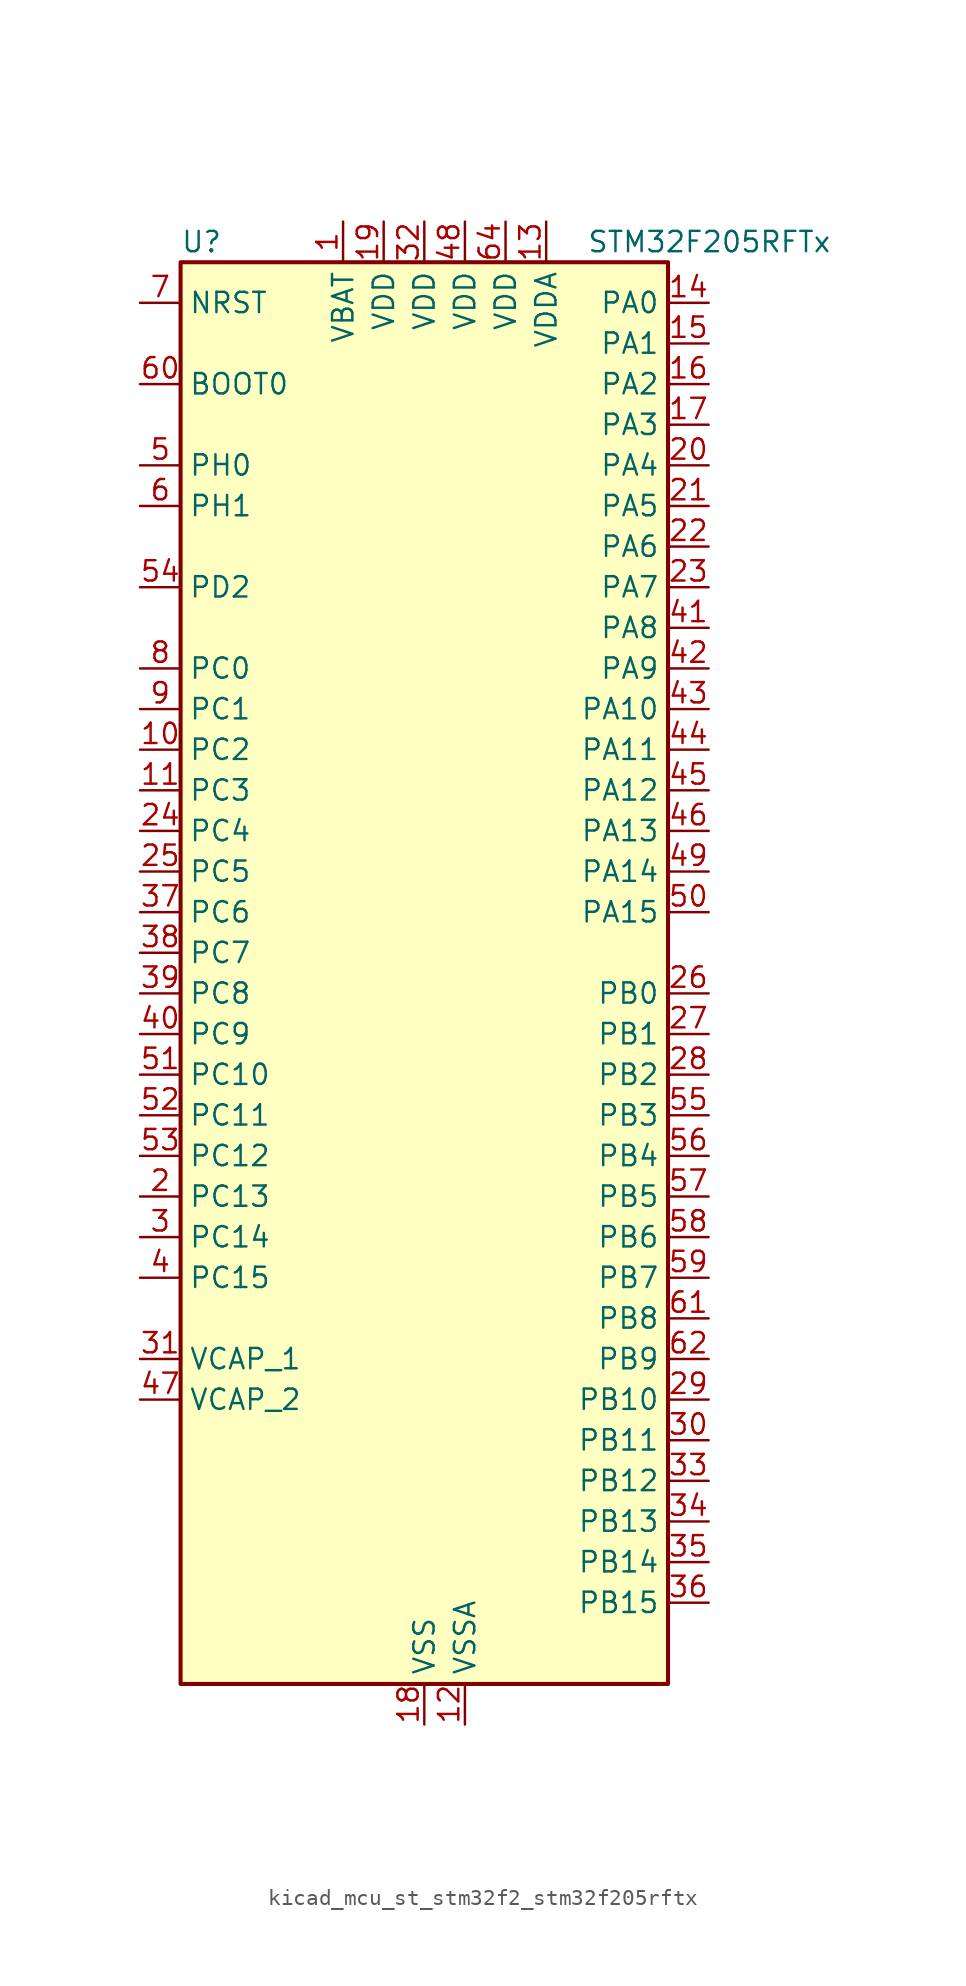
<source format=kicad_sym>
(kicad_symbol_lib
  (version 20220914)
  (generator kicad_symbol_editor)
  (symbol "kicad_mcu_st_stm32f2_stm32f205rftx"
    (property "Reference" "U"
      (at -15.24 46.99 0)
      (effects (font (size 1.27 1.27)) (justify left)))
    (property "Value" "STM32F205RFTx"
      (at 10.16 46.99 0)
      (effects (font (size 1.27 1.27)) (justify left)))
    (property "ki_locked" ""
      (at 0 0 0)
      (effects (font (size 1.27 1.27))))
    (symbol "kicad_mcu_st_stm32f2_stm32f205rftx_0_1"
      (rectangle (start -15.24 -43.18) (end 15.24 45.72) (stroke (width 0.254) (type default)) (fill (type background))))
    (symbol "kicad_mcu_st_stm32f2_stm32f205rftx_1_1"
      (pin power_in line (at -5.08 48.26 270) (length 2.54) (name "VBAT" (effects (font (size 1.27 1.27)))) (number "1" (effects (font (size 1.27 1.27)))))
      (pin bidirectional line (at -17.78 15.24 0) (length 2.54) (name "PC2" (effects (font (size 1.27 1.27)))) (number "10" (effects (font (size 1.27 1.27)))) (alternate "ADC1_IN12" bidirectional line) (alternate "ADC2_IN12" bidirectional line) (alternate "ADC3_IN12" bidirectional line) (alternate "SPI2_MISO" bidirectional line) (alternate "USB_OTG_HS_ULPI_DIR" bidirectional line))
      (pin bidirectional line (at -17.78 12.7 0) (length 2.54) (name "PC3" (effects (font (size 1.27 1.27)))) (number "11" (effects (font (size 1.27 1.27)))) (alternate "ADC1_IN13" bidirectional line) (alternate "ADC2_IN13" bidirectional line) (alternate "ADC3_IN13" bidirectional line) (alternate "I2S2_SD" bidirectional line) (alternate "SPI2_MOSI" bidirectional line) (alternate "USB_OTG_HS_ULPI_NXT" bidirectional line))
      (pin power_in line (at 2.54 -45.72 90) (length 2.54) (name "VSSA" (effects (font (size 1.27 1.27)))) (number "12" (effects (font (size 1.27 1.27)))))
      (pin power_in line (at 7.62 48.26 270) (length 2.54) (name "VDDA" (effects (font (size 1.27 1.27)))) (number "13" (effects (font (size 1.27 1.27)))))
      (pin bidirectional line (at 17.78 43.18 180) (length 2.54) (name "PA0" (effects (font (size 1.27 1.27)))) (number "14" (effects (font (size 1.27 1.27)))) (alternate "ADC1_IN0" bidirectional line) (alternate "ADC2_IN0" bidirectional line) (alternate "ADC3_IN0" bidirectional line) (alternate "SYS_WKUP" bidirectional line) (alternate "TIM2_CH1" bidirectional line) (alternate "TIM2_ETR" bidirectional line) (alternate "TIM5_CH1" bidirectional line) (alternate "TIM8_ETR" bidirectional line) (alternate "UART4_TX" bidirectional line) (alternate "USART2_CTS" bidirectional line))
      (pin bidirectional line (at 17.78 40.64 180) (length 2.54) (name "PA1" (effects (font (size 1.27 1.27)))) (number "15" (effects (font (size 1.27 1.27)))) (alternate "ADC1_IN1" bidirectional line) (alternate "ADC2_IN1" bidirectional line) (alternate "ADC3_IN1" bidirectional line) (alternate "TIM2_CH2" bidirectional line) (alternate "TIM5_CH2" bidirectional line) (alternate "UART4_RX" bidirectional line) (alternate "USART2_RTS" bidirectional line))
      (pin bidirectional line (at 17.78 38.1 180) (length 2.54) (name "PA2" (effects (font (size 1.27 1.27)))) (number "16" (effects (font (size 1.27 1.27)))) (alternate "ADC1_IN2" bidirectional line) (alternate "ADC2_IN2" bidirectional line) (alternate "ADC3_IN2" bidirectional line) (alternate "TIM2_CH3" bidirectional line) (alternate "TIM5_CH3" bidirectional line) (alternate "TIM9_CH1" bidirectional line) (alternate "USART2_TX" bidirectional line))
      (pin bidirectional line (at 17.78 35.56 180) (length 2.54) (name "PA3" (effects (font (size 1.27 1.27)))) (number "17" (effects (font (size 1.27 1.27)))) (alternate "ADC1_IN3" bidirectional line) (alternate "ADC2_IN3" bidirectional line) (alternate "ADC3_IN3" bidirectional line) (alternate "TIM2_CH4" bidirectional line) (alternate "TIM5_CH4" bidirectional line) (alternate "TIM9_CH2" bidirectional line) (alternate "USART2_RX" bidirectional line) (alternate "USB_OTG_HS_ULPI_D0" bidirectional line))
      (pin power_in line (at 0 -45.72 90) (length 2.54) (name "VSS" (effects (font (size 1.27 1.27)))) (number "18" (effects (font (size 1.27 1.27)))))
      (pin power_in line (at -2.54 48.26 270) (length 2.54) (name "VDD" (effects (font (size 1.27 1.27)))) (number "19" (effects (font (size 1.27 1.27)))))
      (pin bidirectional line (at -17.78 -12.7 0) (length 2.54) (name "PC13" (effects (font (size 1.27 1.27)))) (number "2" (effects (font (size 1.27 1.27)))) (alternate "RTC_AF1" bidirectional line))
      (pin bidirectional line (at 17.78 33.02 180) (length 2.54) (name "PA4" (effects (font (size 1.27 1.27)))) (number "20" (effects (font (size 1.27 1.27)))) (alternate "ADC1_IN4" bidirectional line) (alternate "ADC2_IN4" bidirectional line) (alternate "DAC_OUT1" bidirectional line) (alternate "I2S3_WS" bidirectional line) (alternate "SPI1_NSS" bidirectional line) (alternate "SPI3_NSS" bidirectional line) (alternate "USART2_CK" bidirectional line) (alternate "USB_OTG_HS_SOF" bidirectional line))
      (pin bidirectional line (at 17.78 30.48 180) (length 2.54) (name "PA5" (effects (font (size 1.27 1.27)))) (number "21" (effects (font (size 1.27 1.27)))) (alternate "ADC1_IN5" bidirectional line) (alternate "ADC2_IN5" bidirectional line) (alternate "DAC_OUT2" bidirectional line) (alternate "SPI1_SCK" bidirectional line) (alternate "TIM2_CH1" bidirectional line) (alternate "TIM2_ETR" bidirectional line) (alternate "TIM8_CH1N" bidirectional line) (alternate "USB_OTG_HS_ULPI_CK" bidirectional line))
      (pin bidirectional line (at 17.78 27.94 180) (length 2.54) (name "PA6" (effects (font (size 1.27 1.27)))) (number "22" (effects (font (size 1.27 1.27)))) (alternate "ADC1_IN6" bidirectional line) (alternate "ADC2_IN6" bidirectional line) (alternate "SPI1_MISO" bidirectional line) (alternate "TIM13_CH1" bidirectional line) (alternate "TIM1_BKIN" bidirectional line) (alternate "TIM3_CH1" bidirectional line) (alternate "TIM8_BKIN" bidirectional line))
      (pin bidirectional line (at 17.78 25.4 180) (length 2.54) (name "PA7" (effects (font (size 1.27 1.27)))) (number "23" (effects (font (size 1.27 1.27)))) (alternate "ADC1_IN7" bidirectional line) (alternate "ADC2_IN7" bidirectional line) (alternate "SPI1_MOSI" bidirectional line) (alternate "TIM14_CH1" bidirectional line) (alternate "TIM1_CH1N" bidirectional line) (alternate "TIM3_CH2" bidirectional line) (alternate "TIM8_CH1N" bidirectional line))
      (pin bidirectional line (at -17.78 10.16 0) (length 2.54) (name "PC4" (effects (font (size 1.27 1.27)))) (number "24" (effects (font (size 1.27 1.27)))) (alternate "ADC1_IN14" bidirectional line) (alternate "ADC2_IN14" bidirectional line))
      (pin bidirectional line (at -17.78 7.62 0) (length 2.54) (name "PC5" (effects (font (size 1.27 1.27)))) (number "25" (effects (font (size 1.27 1.27)))) (alternate "ADC1_IN15" bidirectional line) (alternate "ADC2_IN15" bidirectional line))
      (pin bidirectional line (at 17.78 0 180) (length 2.54) (name "PB0" (effects (font (size 1.27 1.27)))) (number "26" (effects (font (size 1.27 1.27)))) (alternate "ADC1_IN8" bidirectional line) (alternate "ADC2_IN8" bidirectional line) (alternate "TIM1_CH2N" bidirectional line) (alternate "TIM3_CH3" bidirectional line) (alternate "TIM8_CH2N" bidirectional line) (alternate "USB_OTG_HS_ULPI_D1" bidirectional line))
      (pin bidirectional line (at 17.78 -2.54 180) (length 2.54) (name "PB1" (effects (font (size 1.27 1.27)))) (number "27" (effects (font (size 1.27 1.27)))) (alternate "ADC1_IN9" bidirectional line) (alternate "ADC2_IN9" bidirectional line) (alternate "TIM1_CH3N" bidirectional line) (alternate "TIM3_CH4" bidirectional line) (alternate "TIM8_CH3N" bidirectional line) (alternate "USB_OTG_HS_ULPI_D2" bidirectional line))
      (pin bidirectional line (at 17.78 -5.08 180) (length 2.54) (name "PB2" (effects (font (size 1.27 1.27)))) (number "28" (effects (font (size 1.27 1.27)))))
      (pin bidirectional line (at 17.78 -25.4 180) (length 2.54) (name "PB10" (effects (font (size 1.27 1.27)))) (number "29" (effects (font (size 1.27 1.27)))) (alternate "I2C2_SCL" bidirectional line) (alternate "I2S2_SCK" bidirectional line) (alternate "SPI2_SCK" bidirectional line) (alternate "TIM2_CH3" bidirectional line) (alternate "USART3_TX" bidirectional line) (alternate "USB_OTG_HS_ULPI_D3" bidirectional line))
      (pin bidirectional line (at -17.78 -15.24 0) (length 2.54) (name "PC14" (effects (font (size 1.27 1.27)))) (number "3" (effects (font (size 1.27 1.27)))) (alternate "RCC_OSC32_IN" bidirectional line))
      (pin bidirectional line (at 17.78 -27.94 180) (length 2.54) (name "PB11" (effects (font (size 1.27 1.27)))) (number "30" (effects (font (size 1.27 1.27)))) (alternate "ADC1_EXTI11" bidirectional line) (alternate "ADC2_EXTI11" bidirectional line) (alternate "ADC3_EXTI11" bidirectional line) (alternate "I2C2_SDA" bidirectional line) (alternate "TIM2_CH4" bidirectional line) (alternate "USART3_RX" bidirectional line) (alternate "USB_OTG_HS_ULPI_D4" bidirectional line))
      (pin power_out line (at -17.78 -22.86 0) (length 2.54) (name "VCAP_1" (effects (font (size 1.27 1.27)))) (number "31" (effects (font (size 1.27 1.27)))))
      (pin power_in line (at 0 48.26 270) (length 2.54) (name "VDD" (effects (font (size 1.27 1.27)))) (number "32" (effects (font (size 1.27 1.27)))))
      (pin bidirectional line (at 17.78 -30.48 180) (length 2.54) (name "PB12" (effects (font (size 1.27 1.27)))) (number "33" (effects (font (size 1.27 1.27)))) (alternate "CAN2_RX" bidirectional line) (alternate "I2C2_SMBA" bidirectional line) (alternate "I2S2_WS" bidirectional line) (alternate "SPI2_NSS" bidirectional line) (alternate "TIM1_BKIN" bidirectional line) (alternate "USART3_CK" bidirectional line) (alternate "USB_OTG_HS_ID" bidirectional line) (alternate "USB_OTG_HS_ULPI_D5" bidirectional line))
      (pin bidirectional line (at 17.78 -33.02 180) (length 2.54) (name "PB13" (effects (font (size 1.27 1.27)))) (number "34" (effects (font (size 1.27 1.27)))) (alternate "CAN2_TX" bidirectional line) (alternate "I2S2_SCK" bidirectional line) (alternate "SPI2_SCK" bidirectional line) (alternate "TIM1_CH1N" bidirectional line) (alternate "USART3_CTS" bidirectional line) (alternate "USB_OTG_HS_ULPI_D6" bidirectional line) (alternate "USB_OTG_HS_VBUS" bidirectional line))
      (pin bidirectional line (at 17.78 -35.56 180) (length 2.54) (name "PB14" (effects (font (size 1.27 1.27)))) (number "35" (effects (font (size 1.27 1.27)))) (alternate "SPI2_MISO" bidirectional line) (alternate "TIM12_CH1" bidirectional line) (alternate "TIM1_CH2N" bidirectional line) (alternate "TIM8_CH2N" bidirectional line) (alternate "USART3_RTS" bidirectional line) (alternate "USB_OTG_HS_DM" bidirectional line))
      (pin bidirectional line (at 17.78 -38.1 180) (length 2.54) (name "PB15" (effects (font (size 1.27 1.27)))) (number "36" (effects (font (size 1.27 1.27)))) (alternate "ADC1_EXTI15" bidirectional line) (alternate "ADC2_EXTI15" bidirectional line) (alternate "ADC3_EXTI15" bidirectional line) (alternate "I2S2_SD" bidirectional line) (alternate "RTC_REFIN" bidirectional line) (alternate "SPI2_MOSI" bidirectional line) (alternate "TIM12_CH2" bidirectional line) (alternate "TIM1_CH3N" bidirectional line) (alternate "TIM8_CH3N" bidirectional line) (alternate "USB_OTG_HS_DP" bidirectional line))
      (pin bidirectional line (at -17.78 5.08 0) (length 2.54) (name "PC6" (effects (font (size 1.27 1.27)))) (number "37" (effects (font (size 1.27 1.27)))) (alternate "I2S2_MCK" bidirectional line) (alternate "SDIO_D6" bidirectional line) (alternate "TIM3_CH1" bidirectional line) (alternate "TIM8_CH1" bidirectional line) (alternate "USART6_TX" bidirectional line))
      (pin bidirectional line (at -17.78 2.54 0) (length 2.54) (name "PC7" (effects (font (size 1.27 1.27)))) (number "38" (effects (font (size 1.27 1.27)))) (alternate "I2S3_MCK" bidirectional line) (alternate "SDIO_D7" bidirectional line) (alternate "TIM3_CH2" bidirectional line) (alternate "TIM8_CH2" bidirectional line) (alternate "USART6_RX" bidirectional line))
      (pin bidirectional line (at -17.78 0 0) (length 2.54) (name "PC8" (effects (font (size 1.27 1.27)))) (number "39" (effects (font (size 1.27 1.27)))) (alternate "SDIO_D0" bidirectional line) (alternate "TIM3_CH3" bidirectional line) (alternate "TIM8_CH3" bidirectional line) (alternate "USART6_CK" bidirectional line))
      (pin bidirectional line (at -17.78 -17.78 0) (length 2.54) (name "PC15" (effects (font (size 1.27 1.27)))) (number "4" (effects (font (size 1.27 1.27)))) (alternate "ADC1_EXTI15" bidirectional line) (alternate "ADC2_EXTI15" bidirectional line) (alternate "ADC3_EXTI15" bidirectional line) (alternate "RCC_OSC32_OUT" bidirectional line))
      (pin bidirectional line (at -17.78 -2.54 0) (length 2.54) (name "PC9" (effects (font (size 1.27 1.27)))) (number "40" (effects (font (size 1.27 1.27)))) (alternate "DAC_EXTI9" bidirectional line) (alternate "I2C3_SDA" bidirectional line) (alternate "I2S_CKIN" bidirectional line) (alternate "RCC_MCO_2" bidirectional line) (alternate "SDIO_D1" bidirectional line) (alternate "TIM3_CH4" bidirectional line) (alternate "TIM8_CH4" bidirectional line))
      (pin bidirectional line (at 17.78 22.86 180) (length 2.54) (name "PA8" (effects (font (size 1.27 1.27)))) (number "41" (effects (font (size 1.27 1.27)))) (alternate "I2C3_SCL" bidirectional line) (alternate "RCC_MCO_1" bidirectional line) (alternate "TIM1_CH1" bidirectional line) (alternate "USART1_CK" bidirectional line) (alternate "USB_OTG_FS_SOF" bidirectional line))
      (pin bidirectional line (at 17.78 20.32 180) (length 2.54) (name "PA9" (effects (font (size 1.27 1.27)))) (number "42" (effects (font (size 1.27 1.27)))) (alternate "DAC_EXTI9" bidirectional line) (alternate "I2C3_SMBA" bidirectional line) (alternate "TIM1_CH2" bidirectional line) (alternate "USART1_TX" bidirectional line) (alternate "USB_OTG_FS_VBUS" bidirectional line))
      (pin bidirectional line (at 17.78 17.78 180) (length 2.54) (name "PA10" (effects (font (size 1.27 1.27)))) (number "43" (effects (font (size 1.27 1.27)))) (alternate "TIM1_CH3" bidirectional line) (alternate "USART1_RX" bidirectional line) (alternate "USB_OTG_FS_ID" bidirectional line))
      (pin bidirectional line (at 17.78 15.24 180) (length 2.54) (name "PA11" (effects (font (size 1.27 1.27)))) (number "44" (effects (font (size 1.27 1.27)))) (alternate "ADC1_EXTI11" bidirectional line) (alternate "ADC2_EXTI11" bidirectional line) (alternate "ADC3_EXTI11" bidirectional line) (alternate "CAN1_RX" bidirectional line) (alternate "TIM1_CH4" bidirectional line) (alternate "USART1_CTS" bidirectional line) (alternate "USB_OTG_FS_DM" bidirectional line))
      (pin bidirectional line (at 17.78 12.7 180) (length 2.54) (name "PA12" (effects (font (size 1.27 1.27)))) (number "45" (effects (font (size 1.27 1.27)))) (alternate "CAN1_TX" bidirectional line) (alternate "TIM1_ETR" bidirectional line) (alternate "USART1_RTS" bidirectional line) (alternate "USB_OTG_FS_DP" bidirectional line))
      (pin bidirectional line (at 17.78 10.16 180) (length 2.54) (name "PA13" (effects (font (size 1.27 1.27)))) (number "46" (effects (font (size 1.27 1.27)))) (alternate "SYS_JTMS-SWDIO" bidirectional line))
      (pin power_out line (at -17.78 -25.4 0) (length 2.54) (name "VCAP_2" (effects (font (size 1.27 1.27)))) (number "47" (effects (font (size 1.27 1.27)))))
      (pin power_in line (at 2.54 48.26 270) (length 2.54) (name "VDD" (effects (font (size 1.27 1.27)))) (number "48" (effects (font (size 1.27 1.27)))))
      (pin bidirectional line (at 17.78 7.62 180) (length 2.54) (name "PA14" (effects (font (size 1.27 1.27)))) (number "49" (effects (font (size 1.27 1.27)))) (alternate "SYS_JTCK-SWCLK" bidirectional line))
      (pin bidirectional line (at -17.78 33.02 0) (length 2.54) (name "PH0" (effects (font (size 1.27 1.27)))) (number "5" (effects (font (size 1.27 1.27)))) (alternate "RCC_OSC_IN" bidirectional line))
      (pin bidirectional line (at 17.78 5.08 180) (length 2.54) (name "PA15" (effects (font (size 1.27 1.27)))) (number "50" (effects (font (size 1.27 1.27)))) (alternate "ADC1_EXTI15" bidirectional line) (alternate "ADC2_EXTI15" bidirectional line) (alternate "ADC3_EXTI15" bidirectional line) (alternate "I2S3_WS" bidirectional line) (alternate "SPI1_NSS" bidirectional line) (alternate "SPI3_NSS" bidirectional line) (alternate "SYS_JTDI" bidirectional line) (alternate "TIM2_CH1" bidirectional line) (alternate "TIM2_ETR" bidirectional line))
      (pin bidirectional line (at -17.78 -5.08 0) (length 2.54) (name "PC10" (effects (font (size 1.27 1.27)))) (number "51" (effects (font (size 1.27 1.27)))) (alternate "I2S3_SCK" bidirectional line) (alternate "SDIO_D2" bidirectional line) (alternate "SPI3_SCK" bidirectional line) (alternate "UART4_TX" bidirectional line) (alternate "USART3_TX" bidirectional line))
      (pin bidirectional line (at -17.78 -7.62 0) (length 2.54) (name "PC11" (effects (font (size 1.27 1.27)))) (number "52" (effects (font (size 1.27 1.27)))) (alternate "ADC1_EXTI11" bidirectional line) (alternate "ADC2_EXTI11" bidirectional line) (alternate "ADC3_EXTI11" bidirectional line) (alternate "SDIO_D3" bidirectional line) (alternate "SPI3_MISO" bidirectional line) (alternate "UART4_RX" bidirectional line) (alternate "USART3_RX" bidirectional line))
      (pin bidirectional line (at -17.78 -10.16 0) (length 2.54) (name "PC12" (effects (font (size 1.27 1.27)))) (number "53" (effects (font (size 1.27 1.27)))) (alternate "I2S3_SD" bidirectional line) (alternate "SDIO_CK" bidirectional line) (alternate "SPI3_MOSI" bidirectional line) (alternate "UART5_TX" bidirectional line) (alternate "USART3_CK" bidirectional line))
      (pin bidirectional line (at -17.78 25.4 0) (length 2.54) (name "PD2" (effects (font (size 1.27 1.27)))) (number "54" (effects (font (size 1.27 1.27)))) (alternate "SDIO_CMD" bidirectional line) (alternate "TIM3_ETR" bidirectional line) (alternate "UART5_RX" bidirectional line))
      (pin bidirectional line (at 17.78 -7.62 180) (length 2.54) (name "PB3" (effects (font (size 1.27 1.27)))) (number "55" (effects (font (size 1.27 1.27)))) (alternate "I2S3_SCK" bidirectional line) (alternate "SPI1_SCK" bidirectional line) (alternate "SPI3_SCK" bidirectional line) (alternate "SYS_JTDO-SWO" bidirectional line) (alternate "TIM2_CH2" bidirectional line))
      (pin bidirectional line (at 17.78 -10.16 180) (length 2.54) (name "PB4" (effects (font (size 1.27 1.27)))) (number "56" (effects (font (size 1.27 1.27)))) (alternate "SPI1_MISO" bidirectional line) (alternate "SPI3_MISO" bidirectional line) (alternate "SYS_JTRST" bidirectional line) (alternate "TIM3_CH1" bidirectional line))
      (pin bidirectional line (at 17.78 -12.7 180) (length 2.54) (name "PB5" (effects (font (size 1.27 1.27)))) (number "57" (effects (font (size 1.27 1.27)))) (alternate "CAN2_RX" bidirectional line) (alternate "I2C1_SMBA" bidirectional line) (alternate "I2S3_SD" bidirectional line) (alternate "SPI1_MOSI" bidirectional line) (alternate "SPI3_MOSI" bidirectional line) (alternate "TIM3_CH2" bidirectional line) (alternate "USB_OTG_HS_ULPI_D7" bidirectional line))
      (pin bidirectional line (at 17.78 -15.24 180) (length 2.54) (name "PB6" (effects (font (size 1.27 1.27)))) (number "58" (effects (font (size 1.27 1.27)))) (alternate "CAN2_TX" bidirectional line) (alternate "I2C1_SCL" bidirectional line) (alternate "TIM4_CH1" bidirectional line) (alternate "USART1_TX" bidirectional line))
      (pin bidirectional line (at 17.78 -17.78 180) (length 2.54) (name "PB7" (effects (font (size 1.27 1.27)))) (number "59" (effects (font (size 1.27 1.27)))) (alternate "I2C1_SDA" bidirectional line) (alternate "TIM4_CH2" bidirectional line) (alternate "USART1_RX" bidirectional line))
      (pin bidirectional line (at -17.78 30.48 0) (length 2.54) (name "PH1" (effects (font (size 1.27 1.27)))) (number "6" (effects (font (size 1.27 1.27)))) (alternate "RCC_OSC_OUT" bidirectional line))
      (pin input line (at -17.78 38.1 0) (length 2.54) (name "BOOT0" (effects (font (size 1.27 1.27)))) (number "60" (effects (font (size 1.27 1.27)))))
      (pin bidirectional line (at 17.78 -20.32 180) (length 2.54) (name "PB8" (effects (font (size 1.27 1.27)))) (number "61" (effects (font (size 1.27 1.27)))) (alternate "CAN1_RX" bidirectional line) (alternate "I2C1_SCL" bidirectional line) (alternate "SDIO_D4" bidirectional line) (alternate "TIM10_CH1" bidirectional line) (alternate "TIM4_CH3" bidirectional line))
      (pin bidirectional line (at 17.78 -22.86 180) (length 2.54) (name "PB9" (effects (font (size 1.27 1.27)))) (number "62" (effects (font (size 1.27 1.27)))) (alternate "CAN1_TX" bidirectional line) (alternate "DAC_EXTI9" bidirectional line) (alternate "I2C1_SDA" bidirectional line) (alternate "I2S2_WS" bidirectional line) (alternate "SDIO_D5" bidirectional line) (alternate "SPI2_NSS" bidirectional line) (alternate "TIM11_CH1" bidirectional line) (alternate "TIM4_CH4" bidirectional line))
      (pin passive line (at 0 -45.72 90) (length 2.54) hide (name "VSS" (effects (font (size 1.27 1.27)))) (number "63" (effects (font (size 1.27 1.27)))))
      (pin power_in line (at 5.08 48.26 270) (length 2.54) (name "VDD" (effects (font (size 1.27 1.27)))) (number "64" (effects (font (size 1.27 1.27)))))
      (pin input line (at -17.78 43.18 0) (length 2.54) (name "NRST" (effects (font (size 1.27 1.27)))) (number "7" (effects (font (size 1.27 1.27)))))
      (pin bidirectional line (at -17.78 20.32 0) (length 2.54) (name "PC0" (effects (font (size 1.27 1.27)))) (number "8" (effects (font (size 1.27 1.27)))) (alternate "ADC1_IN10" bidirectional line) (alternate "ADC2_IN10" bidirectional line) (alternate "ADC3_IN10" bidirectional line) (alternate "USB_OTG_HS_ULPI_STP" bidirectional line))
      (pin bidirectional line (at -17.78 17.78 0) (length 2.54) (name "PC1" (effects (font (size 1.27 1.27)))) (number "9" (effects (font (size 1.27 1.27)))) (alternate "ADC1_IN11" bidirectional line) (alternate "ADC2_IN11" bidirectional line) (alternate "ADC3_IN11" bidirectional line)))))
</source>
